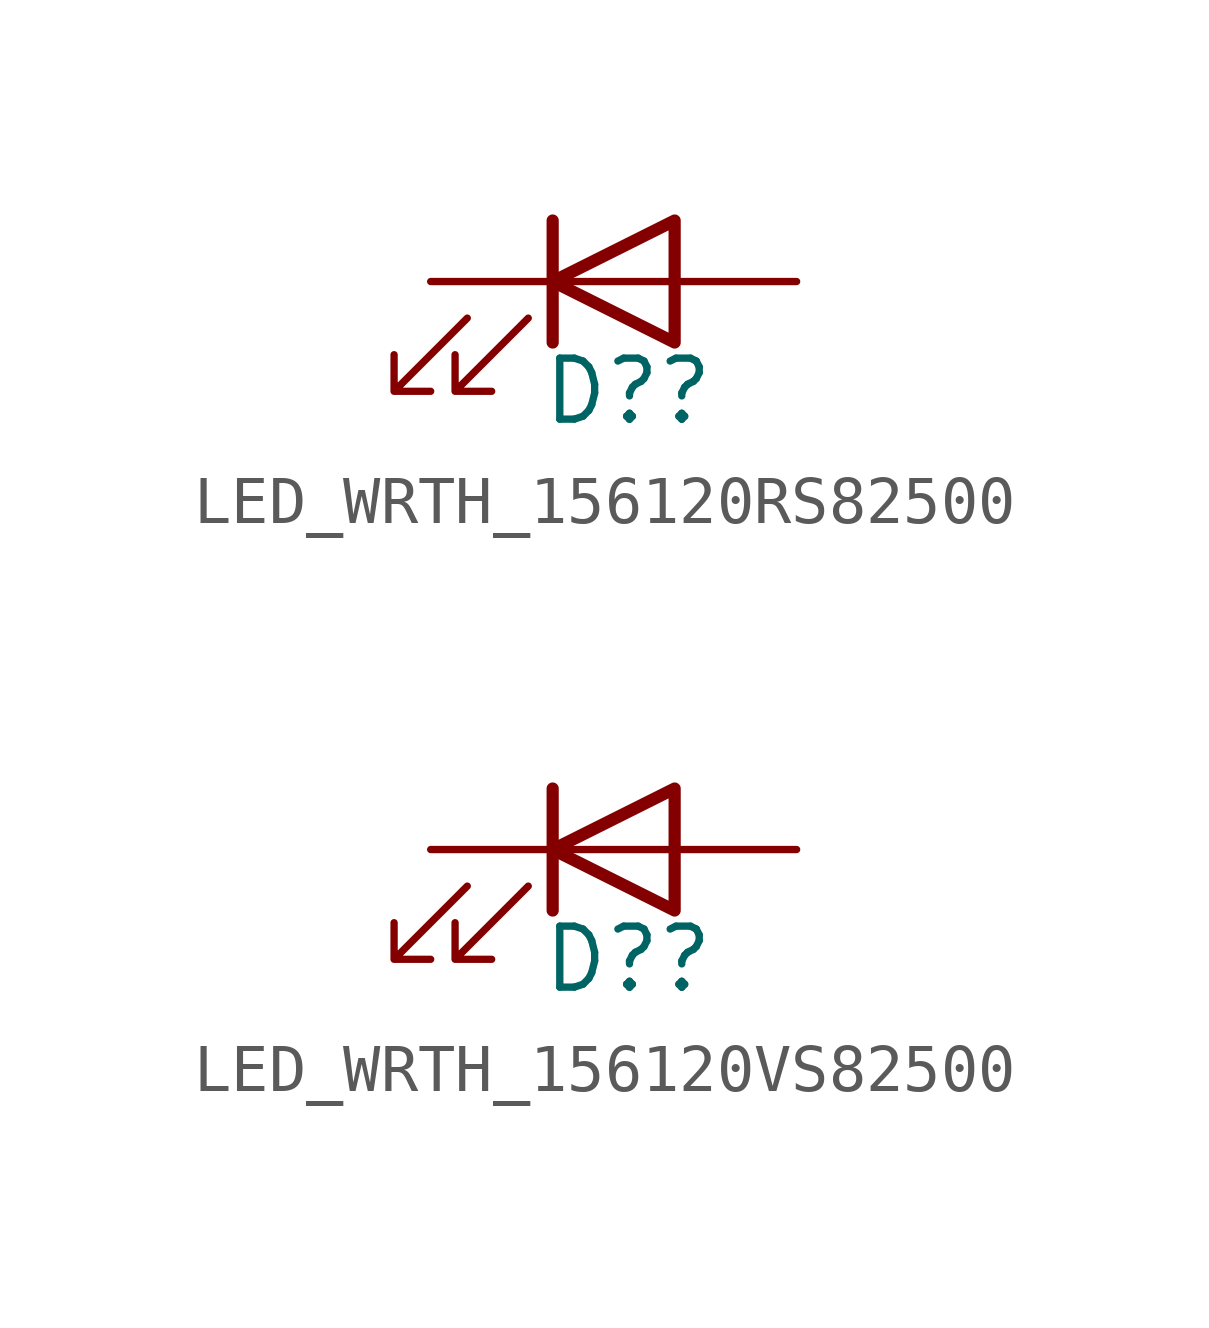
<source format=kicad_sym>
(kicad_symbol_lib
  (version 20231120)
  (generator "kicad_symbol_editor")
  (generator_version "8.0")
  (symbol "LED_WRTH_156120RS82500"
    (pin_numbers hide)
    (pin_names
      (offset 1.016) hide)
    (property "Reference" "D?"
      (at -1.524 -2.286 0)
      (effects (font (size 1.27 1.27)) (justify left)))
    (symbol "LED_WRTH_156120RS82500_0_1"
      (polyline (pts (xy -1.27 -1.27) (xy -1.27 1.27)) (stroke (width 0.254) (type default)) (fill (type none)))
      (polyline (pts (xy -1.27 0) (xy 1.27 0)) (stroke (width 0) (type default)) (fill (type none)))
      (polyline (pts (xy 1.27 -1.27) (xy 1.27 1.27) (xy -1.27 0) (xy 1.27 -1.27)) (stroke (width 0.254) (type default)) (fill (type none)))
      (polyline (pts (xy -3.048 -0.762) (xy -4.572 -2.286) (xy -3.81 -2.286) (xy -4.572 -2.286) (xy -4.572 -1.524)) (stroke (width 0) (type default)) (fill (type none)))
      (polyline (pts (xy -1.778 -0.762) (xy -3.302 -2.286) (xy -2.54 -2.286) (xy -3.302 -2.286) (xy -3.302 -1.524)) (stroke (width 0) (type default)) (fill (type none))))
    (symbol "LED_WRTH_156120RS82500_1_1"
      (pin passive line (at -3.81 0 0) (length 2.54) (name "K" (effects (font (size 1.27 1.27)))) (number "1" (effects (font (size 1.27 1.27)))))
      (pin passive line (at 3.81 0 180) (length 2.54) (name "A" (effects (font (size 1.27 1.27)))) (number "2" (effects (font (size 1.27 1.27)))))))
  (symbol "LED_WRTH_156120VS82500"
    (pin_numbers hide)
    (pin_names
      (offset 1.016) hide)
    (property "Reference" "D?"
      (at -1.524 -2.286 0)
      (effects (font (size 1.27 1.27)) (justify left)))
    (symbol "LED_WRTH_156120VS82500_0_1"
      (polyline (pts (xy -1.27 -1.27) (xy -1.27 1.27)) (stroke (width 0.254) (type default)) (fill (type none)))
      (polyline (pts (xy -1.27 0) (xy 1.27 0)) (stroke (width 0) (type default)) (fill (type none)))
      (polyline (pts (xy 1.27 -1.27) (xy 1.27 1.27) (xy -1.27 0) (xy 1.27 -1.27)) (stroke (width 0.254) (type default)) (fill (type none)))
      (polyline (pts (xy -3.048 -0.762) (xy -4.572 -2.286) (xy -3.81 -2.286) (xy -4.572 -2.286) (xy -4.572 -1.524)) (stroke (width 0) (type default)) (fill (type none)))
      (polyline (pts (xy -1.778 -0.762) (xy -3.302 -2.286) (xy -2.54 -2.286) (xy -3.302 -2.286) (xy -3.302 -1.524)) (stroke (width 0) (type default)) (fill (type none))))
    (symbol "LED_WRTH_156120VS82500_1_1"
      (pin passive line (at -3.81 0 0) (length 2.54) (name "K" (effects (font (size 1.27 1.27)))) (number "1" (effects (font (size 1.27 1.27)))))
      (pin passive line (at 3.81 0 180) (length 2.54) (name "A" (effects (font (size 1.27 1.27)))) (number "2" (effects (font (size 1.27 1.27))))))))
</source>
